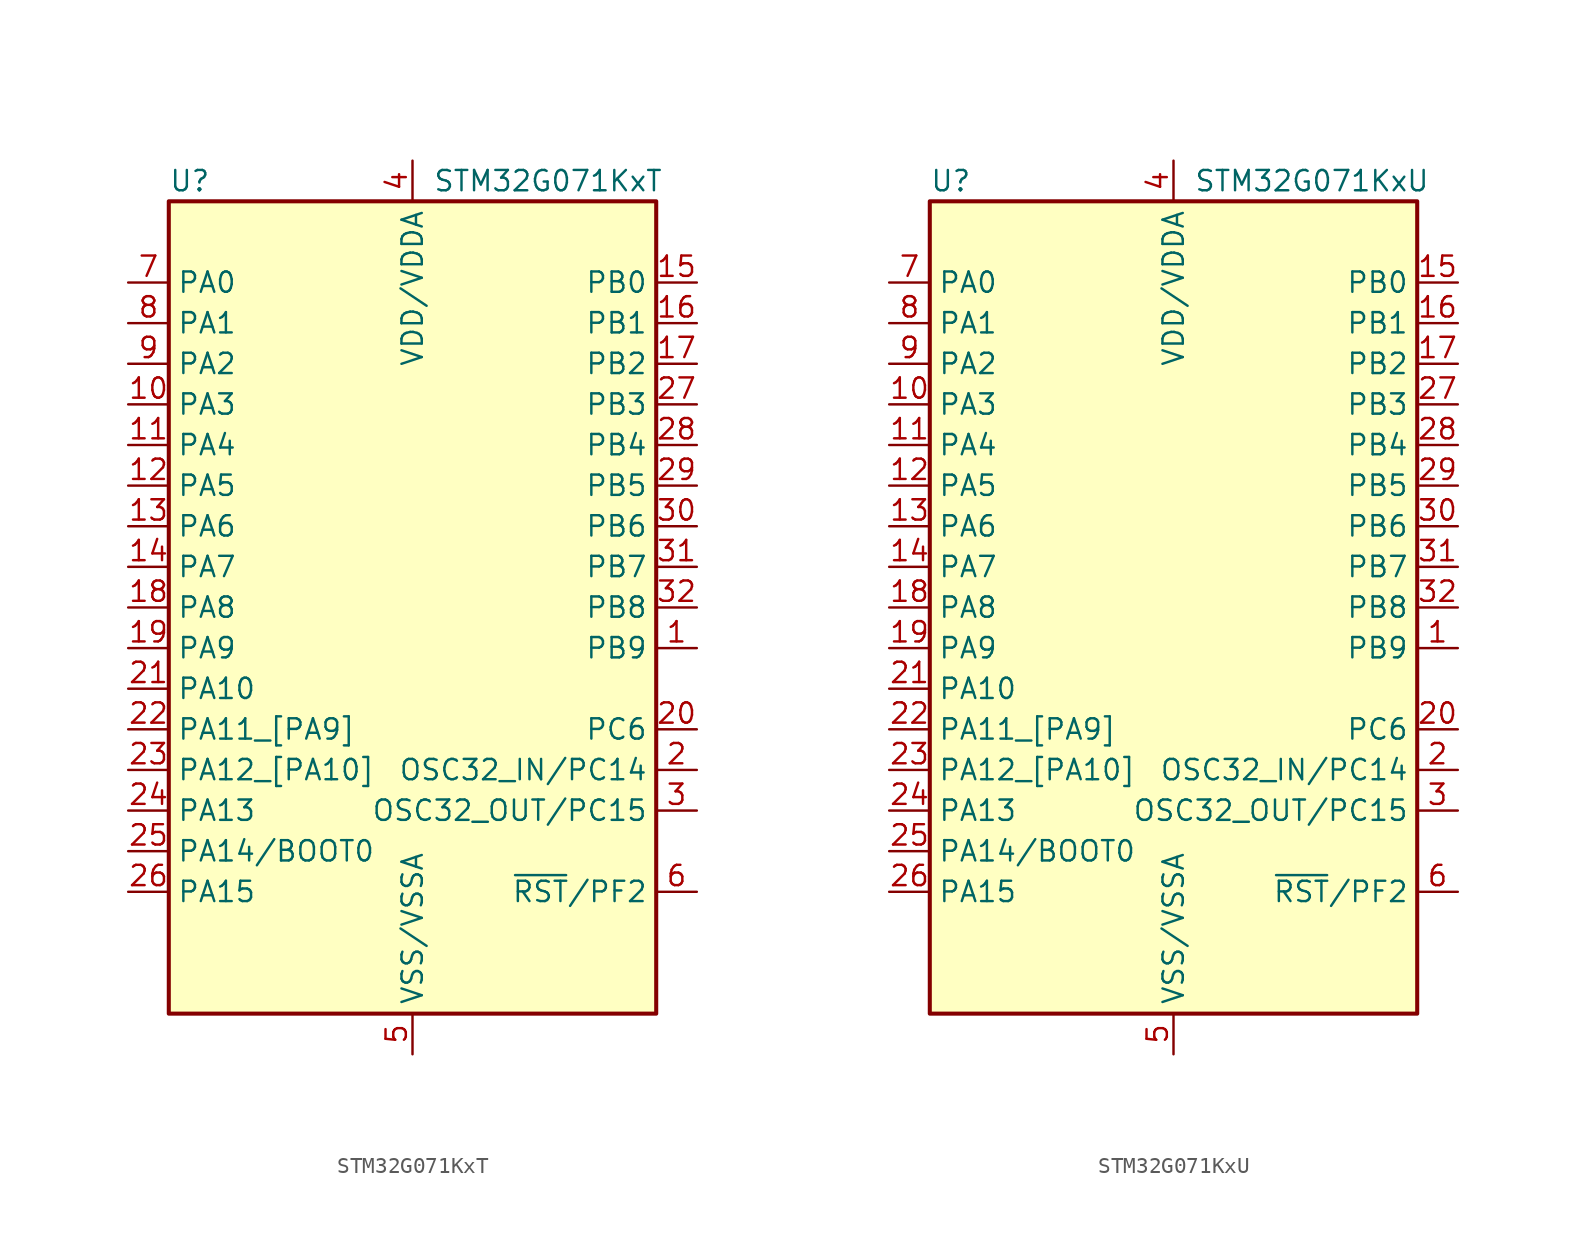
<source format=kicad_sym>
(kicad_symbol_lib
  (version 20201005)
  (generator kicad_symbol_editor)
  (symbol "MCU_ST_STM32G0:STM32G071KxT"
    (property "Reference" "U"
      (at -15.24 26.67 0)
      (effects (font (size 1.27 1.27)) (justify left)))
    (property "Value" "STM32G071KxT"
      (at 1.27 26.67 0)
      (effects (font (size 1.27 1.27)) (justify left)))
    (symbol "STM32G071KxT_0_1"
      (rectangle (start -15.24 -25.4) (end 15.24 25.4) (stroke (width 0.254)) (fill (type background))))
    (symbol "STM32G071KxT_1_1"
      (pin bidirectional line (at 17.78 -2.54 180) (length 2.54) (name "PB9" (effects (font (size 1.27 1.27)))) (number "1" (effects (font (size 1.27 1.27)))))
      (pin bidirectional line (at -17.78 12.7 0) (length 2.54) (name "PA3" (effects (font (size 1.27 1.27)))) (number "10" (effects (font (size 1.27 1.27)))))
      (pin bidirectional line (at -17.78 10.16 0) (length 2.54) (name "PA4" (effects (font (size 1.27 1.27)))) (number "11" (effects (font (size 1.27 1.27)))))
      (pin bidirectional line (at -17.78 7.62 0) (length 2.54) (name "PA5" (effects (font (size 1.27 1.27)))) (number "12" (effects (font (size 1.27 1.27)))))
      (pin bidirectional line (at -17.78 5.08 0) (length 2.54) (name "PA6" (effects (font (size 1.27 1.27)))) (number "13" (effects (font (size 1.27 1.27)))))
      (pin bidirectional line (at -17.78 2.54 0) (length 2.54) (name "PA7" (effects (font (size 1.27 1.27)))) (number "14" (effects (font (size 1.27 1.27)))))
      (pin bidirectional line (at 17.78 20.32 180) (length 2.54) (name "PB0" (effects (font (size 1.27 1.27)))) (number "15" (effects (font (size 1.27 1.27)))))
      (pin bidirectional line (at 17.78 17.78 180) (length 2.54) (name "PB1" (effects (font (size 1.27 1.27)))) (number "16" (effects (font (size 1.27 1.27)))))
      (pin bidirectional line (at 17.78 15.24 180) (length 2.54) (name "PB2" (effects (font (size 1.27 1.27)))) (number "17" (effects (font (size 1.27 1.27)))))
      (pin bidirectional line (at -17.78 0 0) (length 2.54) (name "PA8" (effects (font (size 1.27 1.27)))) (number "18" (effects (font (size 1.27 1.27)))))
      (pin bidirectional line (at -17.78 -2.54 0) (length 2.54) (name "PA9" (effects (font (size 1.27 1.27)))) (number "19" (effects (font (size 1.27 1.27)))))
      (pin bidirectional line (at 17.78 -10.16 180) (length 2.54) (name "OSC32_IN/PC14" (effects (font (size 1.27 1.27)))) (number "2" (effects (font (size 1.27 1.27)))))
      (pin bidirectional line (at 17.78 -7.62 180) (length 2.54) (name "PC6" (effects (font (size 1.27 1.27)))) (number "20" (effects (font (size 1.27 1.27)))))
      (pin bidirectional line (at -17.78 -5.08 0) (length 2.54) (name "PA10" (effects (font (size 1.27 1.27)))) (number "21" (effects (font (size 1.27 1.27)))))
      (pin bidirectional line (at -17.78 -7.62 0) (length 2.54) (name "PA11_[PA9]" (effects (font (size 1.27 1.27)))) (number "22" (effects (font (size 1.27 1.27)))))
      (pin bidirectional line (at -17.78 -10.16 0) (length 2.54) (name "PA12_[PA10]" (effects (font (size 1.27 1.27)))) (number "23" (effects (font (size 1.27 1.27)))))
      (pin bidirectional line (at -17.78 -12.7 0) (length 2.54) (name "PA13" (effects (font (size 1.27 1.27)))) (number "24" (effects (font (size 1.27 1.27)))))
      (pin bidirectional line (at -17.78 -15.24 0) (length 2.54) (name "PA14/BOOT0" (effects (font (size 1.27 1.27)))) (number "25" (effects (font (size 1.27 1.27)))))
      (pin bidirectional line (at -17.78 -17.78 0) (length 2.54) (name "PA15" (effects (font (size 1.27 1.27)))) (number "26" (effects (font (size 1.27 1.27)))))
      (pin bidirectional line (at 17.78 12.7 180) (length 2.54) (name "PB3" (effects (font (size 1.27 1.27)))) (number "27" (effects (font (size 1.27 1.27)))))
      (pin bidirectional line (at 17.78 10.16 180) (length 2.54) (name "PB4" (effects (font (size 1.27 1.27)))) (number "28" (effects (font (size 1.27 1.27)))))
      (pin bidirectional line (at 17.78 7.62 180) (length 2.54) (name "PB5" (effects (font (size 1.27 1.27)))) (number "29" (effects (font (size 1.27 1.27)))))
      (pin bidirectional line (at 17.78 -12.7 180) (length 2.54) (name "OSC32_OUT/PC15" (effects (font (size 1.27 1.27)))) (number "3" (effects (font (size 1.27 1.27)))))
      (pin bidirectional line (at 17.78 5.08 180) (length 2.54) (name "PB6" (effects (font (size 1.27 1.27)))) (number "30" (effects (font (size 1.27 1.27)))))
      (pin bidirectional line (at 17.78 2.54 180) (length 2.54) (name "PB7" (effects (font (size 1.27 1.27)))) (number "31" (effects (font (size 1.27 1.27)))))
      (pin bidirectional line (at 17.78 0 180) (length 2.54) (name "PB8" (effects (font (size 1.27 1.27)))) (number "32" (effects (font (size 1.27 1.27)))))
      (pin power_in line (at 0 27.94 270) (length 2.54) (name "VDD/VDDA" (effects (font (size 1.27 1.27)))) (number "4" (effects (font (size 1.27 1.27)))))
      (pin power_in line (at 0 -27.94 90) (length 2.54) (name "VSS/VSSA" (effects (font (size 1.27 1.27)))) (number "5" (effects (font (size 1.27 1.27)))))
      (pin bidirectional line (at 17.78 -17.78 180) (length 2.54) (name "~RST~/PF2" (effects (font (size 1.27 1.27)))) (number "6" (effects (font (size 1.27 1.27)))))
      (pin bidirectional line (at -17.78 20.32 0) (length 2.54) (name "PA0" (effects (font (size 1.27 1.27)))) (number "7" (effects (font (size 1.27 1.27)))))
      (pin bidirectional line (at -17.78 17.78 0) (length 2.54) (name "PA1" (effects (font (size 1.27 1.27)))) (number "8" (effects (font (size 1.27 1.27)))))
      (pin bidirectional line (at -17.78 15.24 0) (length 2.54) (name "PA2" (effects (font (size 1.27 1.27)))) (number "9" (effects (font (size 1.27 1.27)))))))
  (symbol "MCU_ST_STM32G0:STM32G071KxU"
    (property "Reference" "U"
      (at -15.24 26.67 0)
      (effects (font (size 1.27 1.27)) (justify left)))
    (property "Value" "STM32G071KxU"
      (at 1.27 26.67 0)
      (effects (font (size 1.27 1.27)) (justify left)))
    (symbol "STM32G071KxU_0_1"
      (rectangle (start -15.24 -25.4) (end 15.24 25.4) (stroke (width 0.254)) (fill (type background))))
    (symbol "STM32G071KxU_1_1"
      (pin bidirectional line (at 17.78 -2.54 180) (length 2.54) (name "PB9" (effects (font (size 1.27 1.27)))) (number "1" (effects (font (size 1.27 1.27)))))
      (pin bidirectional line (at -17.78 12.7 0) (length 2.54) (name "PA3" (effects (font (size 1.27 1.27)))) (number "10" (effects (font (size 1.27 1.27)))))
      (pin bidirectional line (at -17.78 10.16 0) (length 2.54) (name "PA4" (effects (font (size 1.27 1.27)))) (number "11" (effects (font (size 1.27 1.27)))))
      (pin bidirectional line (at -17.78 7.62 0) (length 2.54) (name "PA5" (effects (font (size 1.27 1.27)))) (number "12" (effects (font (size 1.27 1.27)))))
      (pin bidirectional line (at -17.78 5.08 0) (length 2.54) (name "PA6" (effects (font (size 1.27 1.27)))) (number "13" (effects (font (size 1.27 1.27)))))
      (pin bidirectional line (at -17.78 2.54 0) (length 2.54) (name "PA7" (effects (font (size 1.27 1.27)))) (number "14" (effects (font (size 1.27 1.27)))))
      (pin bidirectional line (at 17.78 20.32 180) (length 2.54) (name "PB0" (effects (font (size 1.27 1.27)))) (number "15" (effects (font (size 1.27 1.27)))))
      (pin bidirectional line (at 17.78 17.78 180) (length 2.54) (name "PB1" (effects (font (size 1.27 1.27)))) (number "16" (effects (font (size 1.27 1.27)))))
      (pin bidirectional line (at 17.78 15.24 180) (length 2.54) (name "PB2" (effects (font (size 1.27 1.27)))) (number "17" (effects (font (size 1.27 1.27)))))
      (pin bidirectional line (at -17.78 0 0) (length 2.54) (name "PA8" (effects (font (size 1.27 1.27)))) (number "18" (effects (font (size 1.27 1.27)))))
      (pin bidirectional line (at -17.78 -2.54 0) (length 2.54) (name "PA9" (effects (font (size 1.27 1.27)))) (number "19" (effects (font (size 1.27 1.27)))))
      (pin bidirectional line (at 17.78 -10.16 180) (length 2.54) (name "OSC32_IN/PC14" (effects (font (size 1.27 1.27)))) (number "2" (effects (font (size 1.27 1.27)))))
      (pin bidirectional line (at 17.78 -7.62 180) (length 2.54) (name "PC6" (effects (font (size 1.27 1.27)))) (number "20" (effects (font (size 1.27 1.27)))))
      (pin bidirectional line (at -17.78 -5.08 0) (length 2.54) (name "PA10" (effects (font (size 1.27 1.27)))) (number "21" (effects (font (size 1.27 1.27)))))
      (pin bidirectional line (at -17.78 -7.62 0) (length 2.54) (name "PA11_[PA9]" (effects (font (size 1.27 1.27)))) (number "22" (effects (font (size 1.27 1.27)))))
      (pin bidirectional line (at -17.78 -10.16 0) (length 2.54) (name "PA12_[PA10]" (effects (font (size 1.27 1.27)))) (number "23" (effects (font (size 1.27 1.27)))))
      (pin bidirectional line (at -17.78 -12.7 0) (length 2.54) (name "PA13" (effects (font (size 1.27 1.27)))) (number "24" (effects (font (size 1.27 1.27)))))
      (pin bidirectional line (at -17.78 -15.24 0) (length 2.54) (name "PA14/BOOT0" (effects (font (size 1.27 1.27)))) (number "25" (effects (font (size 1.27 1.27)))))
      (pin bidirectional line (at -17.78 -17.78 0) (length 2.54) (name "PA15" (effects (font (size 1.27 1.27)))) (number "26" (effects (font (size 1.27 1.27)))))
      (pin bidirectional line (at 17.78 12.7 180) (length 2.54) (name "PB3" (effects (font (size 1.27 1.27)))) (number "27" (effects (font (size 1.27 1.27)))))
      (pin bidirectional line (at 17.78 10.16 180) (length 2.54) (name "PB4" (effects (font (size 1.27 1.27)))) (number "28" (effects (font (size 1.27 1.27)))))
      (pin bidirectional line (at 17.78 7.62 180) (length 2.54) (name "PB5" (effects (font (size 1.27 1.27)))) (number "29" (effects (font (size 1.27 1.27)))))
      (pin bidirectional line (at 17.78 -12.7 180) (length 2.54) (name "OSC32_OUT/PC15" (effects (font (size 1.27 1.27)))) (number "3" (effects (font (size 1.27 1.27)))))
      (pin bidirectional line (at 17.78 5.08 180) (length 2.54) (name "PB6" (effects (font (size 1.27 1.27)))) (number "30" (effects (font (size 1.27 1.27)))))
      (pin bidirectional line (at 17.78 2.54 180) (length 2.54) (name "PB7" (effects (font (size 1.27 1.27)))) (number "31" (effects (font (size 1.27 1.27)))))
      (pin bidirectional line (at 17.78 0 180) (length 2.54) (name "PB8" (effects (font (size 1.27 1.27)))) (number "32" (effects (font (size 1.27 1.27)))))
      (pin passive line (at 0 -27.94 90) (length 2.54) hide (name "VSS/VSSA" (effects (font (size 1.27 1.27)))) (number "33" (effects (font (size 1.27 1.27)))))
      (pin power_in line (at 0 27.94 270) (length 2.54) (name "VDD/VDDA" (effects (font (size 1.27 1.27)))) (number "4" (effects (font (size 1.27 1.27)))))
      (pin power_in line (at 0 -27.94 90) (length 2.54) (name "VSS/VSSA" (effects (font (size 1.27 1.27)))) (number "5" (effects (font (size 1.27 1.27)))))
      (pin bidirectional line (at 17.78 -17.78 180) (length 2.54) (name "~RST~/PF2" (effects (font (size 1.27 1.27)))) (number "6" (effects (font (size 1.27 1.27)))))
      (pin bidirectional line (at -17.78 20.32 0) (length 2.54) (name "PA0" (effects (font (size 1.27 1.27)))) (number "7" (effects (font (size 1.27 1.27)))))
      (pin bidirectional line (at -17.78 17.78 0) (length 2.54) (name "PA1" (effects (font (size 1.27 1.27)))) (number "8" (effects (font (size 1.27 1.27)))))
      (pin bidirectional line (at -17.78 15.24 0) (length 2.54) (name "PA2" (effects (font (size 1.27 1.27)))) (number "9" (effects (font (size 1.27 1.27))))))))
</source>
